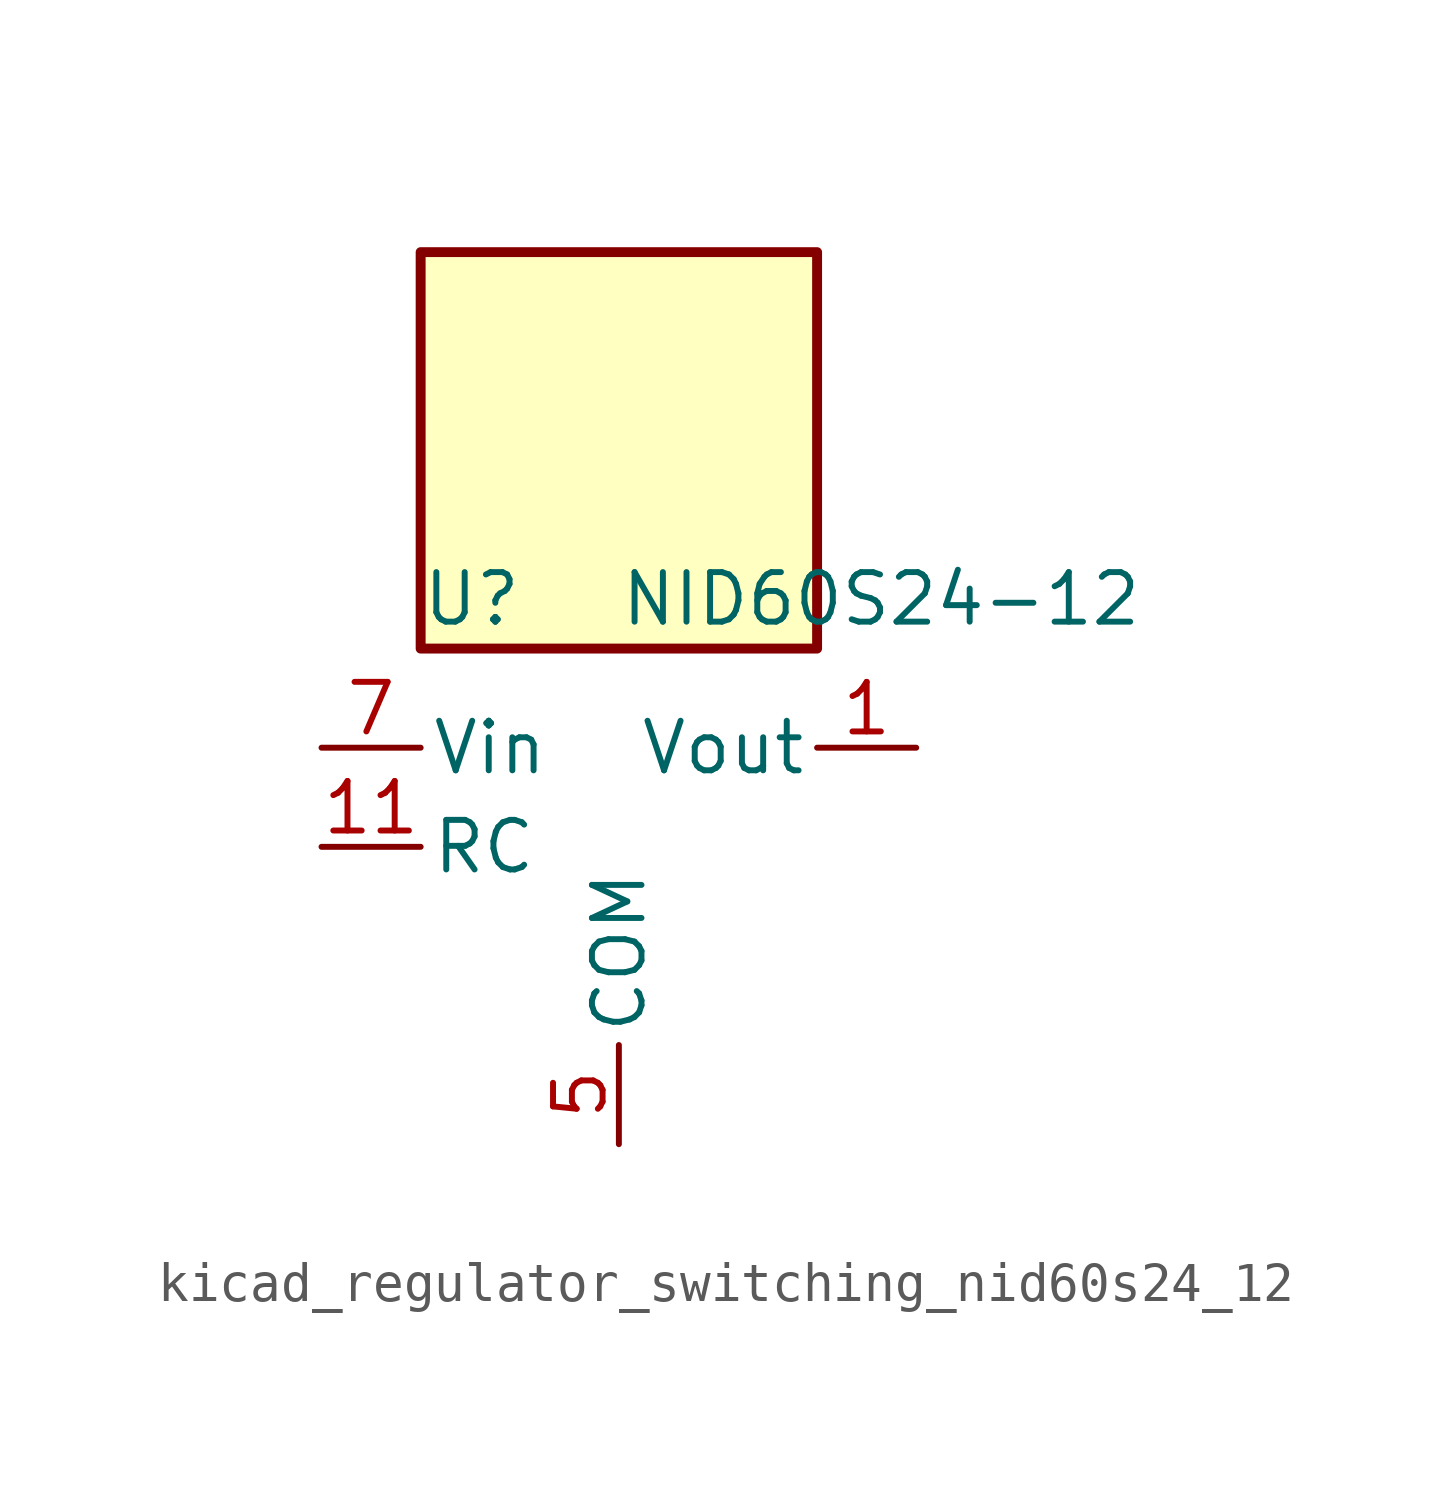
<source format=kicad_sym>
(kicad_symbol_lib
  (version 20220914)
  (generator kicad_symbol_editor)
  (symbol "kicad_regulator_switching_nid60s24_12"
    (pin_names
      (offset 0.254))
    (property "Reference" "U"
      (at -5.08 6.35 0)
      (effects (font (size 1.27 1.27)) (justify left)))
    (property "Value" "NID60S24-12"
      (at 0 6.35 0)
      (effects (font (size 1.27 1.27)) (justify left)))
    (symbol "kicad_regulator_switching_nid60s24_12_0_1"
      (rectangle (start 5.08 15.24) (end -5.08 5.08) (stroke (width 0.254) (type default)) (fill (type background))))
    (symbol "kicad_regulator_switching_nid60s24_12_1_1"
      (pin power_out line (at 7.62 2.54 180) (length 2.54) (name "Vout" (effects (font (size 1.27 1.27)))) (number "1" (effects (font (size 1.27 1.27)))))
      (pin no_connect line (at 5.08 -2.54 180) (length 2.54) hide (name "NC" (effects (font (size 1.27 1.27)))) (number "10" (effects (font (size 1.27 1.27)))))
      (pin input line (at -7.62 0 0) (length 2.54) (name "RC" (effects (font (size 1.27 1.27)))) (number "11" (effects (font (size 1.27 1.27)))))
      (pin passive line (at 7.62 2.54 180) (length 2.54) hide (name "Vout" (effects (font (size 1.27 1.27)))) (number "2" (effects (font (size 1.27 1.27)))))
      (pin passive line (at 7.62 2.54 180) (length 2.54) hide (name "Vout" (effects (font (size 1.27 1.27)))) (number "3" (effects (font (size 1.27 1.27)))))
      (pin passive line (at 7.62 2.54 180) (length 2.54) hide (name "Vout" (effects (font (size 1.27 1.27)))) (number "4" (effects (font (size 1.27 1.27)))))
      (pin power_in line (at 0 -7.62 90) (length 2.54) (name "COM" (effects (font (size 1.27 1.27)))) (number "5" (effects (font (size 1.27 1.27)))))
      (pin passive line (at 0 -7.62 90) (length 2.54) hide (name "COM" (effects (font (size 1.27 1.27)))) (number "6" (effects (font (size 1.27 1.27)))))
      (pin power_in line (at -7.62 2.54 0) (length 2.54) (name "Vin" (effects (font (size 1.27 1.27)))) (number "7" (effects (font (size 1.27 1.27)))))
      (pin passive line (at -7.62 2.54 0) (length 2.54) hide (name "Vin" (effects (font (size 1.27 1.27)))) (number "8" (effects (font (size 1.27 1.27)))))
      (pin no_connect line (at 5.08 0 180) (length 2.54) hide (name "NC" (effects (font (size 1.27 1.27)))) (number "9" (effects (font (size 1.27 1.27))))))))
</source>
